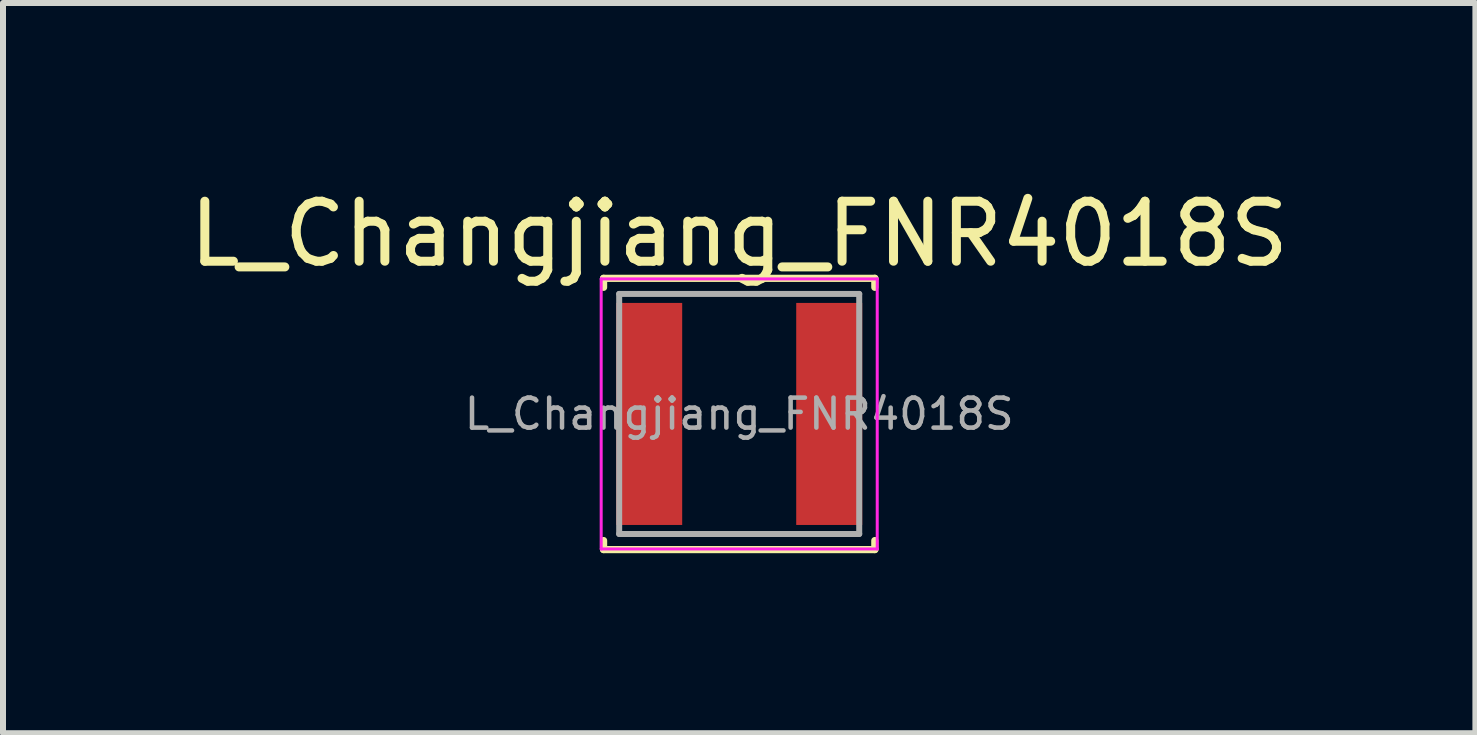
<source format=kicad_pcb>
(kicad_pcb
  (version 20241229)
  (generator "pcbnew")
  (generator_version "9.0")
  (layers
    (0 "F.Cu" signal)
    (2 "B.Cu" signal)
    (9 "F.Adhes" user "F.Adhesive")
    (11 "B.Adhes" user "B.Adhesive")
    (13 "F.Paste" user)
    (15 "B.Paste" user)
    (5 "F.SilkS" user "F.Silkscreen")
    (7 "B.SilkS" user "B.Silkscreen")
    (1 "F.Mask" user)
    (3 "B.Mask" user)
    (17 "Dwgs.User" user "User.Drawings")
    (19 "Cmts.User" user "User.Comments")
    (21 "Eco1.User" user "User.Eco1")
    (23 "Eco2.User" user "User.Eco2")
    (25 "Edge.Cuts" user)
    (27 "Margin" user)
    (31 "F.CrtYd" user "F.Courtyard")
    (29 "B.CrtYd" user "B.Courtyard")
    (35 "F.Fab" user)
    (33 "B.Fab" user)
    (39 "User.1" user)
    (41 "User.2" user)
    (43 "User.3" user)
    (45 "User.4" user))
  (footprint "L_Changjiang_FNR4018S"
    (layer "F.Cu")
    (at 9.268 3.848)
    (property "Reference" "L_Changjiang_FNR4018S" (at 0 -3 0) (layer "F.SilkS") (effects (font (size 1 1) (thickness 0.15))))
    (attr smd)
    (fp_line (start -2.26 -2.26) (end -2.26 -2.11) (stroke (width 0.12) (type solid)) (layer "F.SilkS"))
    (fp_line (start -2.26 -2.26) (end 2.26 -2.26) (stroke (width 0.12) (type solid)) (layer "F.SilkS"))
    (fp_line (start -2.26 2.26) (end -2.26 2.11) (stroke (width 0.12) (type solid)) (layer "F.SilkS"))
    (fp_line (start -2.26 2.26) (end 2.26 2.26) (stroke (width 0.12) (type solid)) (layer "F.SilkS"))
    (fp_line (start 2.26 -2.26) (end 2.26 -2.11) (stroke (width 0.12) (type solid)) (layer "F.SilkS"))
    (fp_line (start 2.26 2.26) (end 2.26 2.11) (stroke (width 0.12) (type solid)) (layer "F.SilkS"))
    (fp_line (start -2.3 -2.25) (end -2.3 2.25) (stroke (width 0.05) (type solid)) (layer "F.CrtYd"))
    (fp_line (start -2.3 2.25) (end 2.3 2.25) (stroke (width 0.05) (type solid)) (layer "F.CrtYd"))
    (fp_line (start 2.3 -2.25) (end -2.3 -2.25) (stroke (width 0.05) (type solid)) (layer "F.CrtYd"))
    (fp_line (start 2.3 2.25) (end 2.3 -2.25) (stroke (width 0.05) (type solid)) (layer "F.CrtYd"))
    (fp_line (start -2 -2) (end -2 2) (stroke (width 0.1) (type solid)) (layer "F.Fab"))
    (fp_line (start -2 2) (end 2 2) (stroke (width 0.1) (type solid)) (layer "F.Fab"))
    (fp_line (start 2 -2) (end -2 -2) (stroke (width 0.1) (type solid)) (layer "F.Fab"))
    (fp_line (start 2 2) (end 2 -2) (stroke (width 0.1) (type solid)) (layer "F.Fab"))
    (fp_text user "${REFERENCE}" (at 0 0 0) (layer "F.Fab") (effects (font (size 0.5 0.5) (thickness 0.075))))
    (pad "1" smd rect (at -1.5 0) (size 1.1 3.7) (layers "F.Cu" "F.Mask" "F.Paste"))
    (pad "2" smd rect (at 1.5 0) (size 1.1 3.7) (layers "F.Cu" "F.Mask" "F.Paste")))
  (gr_rect
    (start -3 -3)
    (end 21.536 9.168)
    (stroke (width 0.1) (type default))
    (fill no)
    (layer "Edge.Cuts")))
</source>
